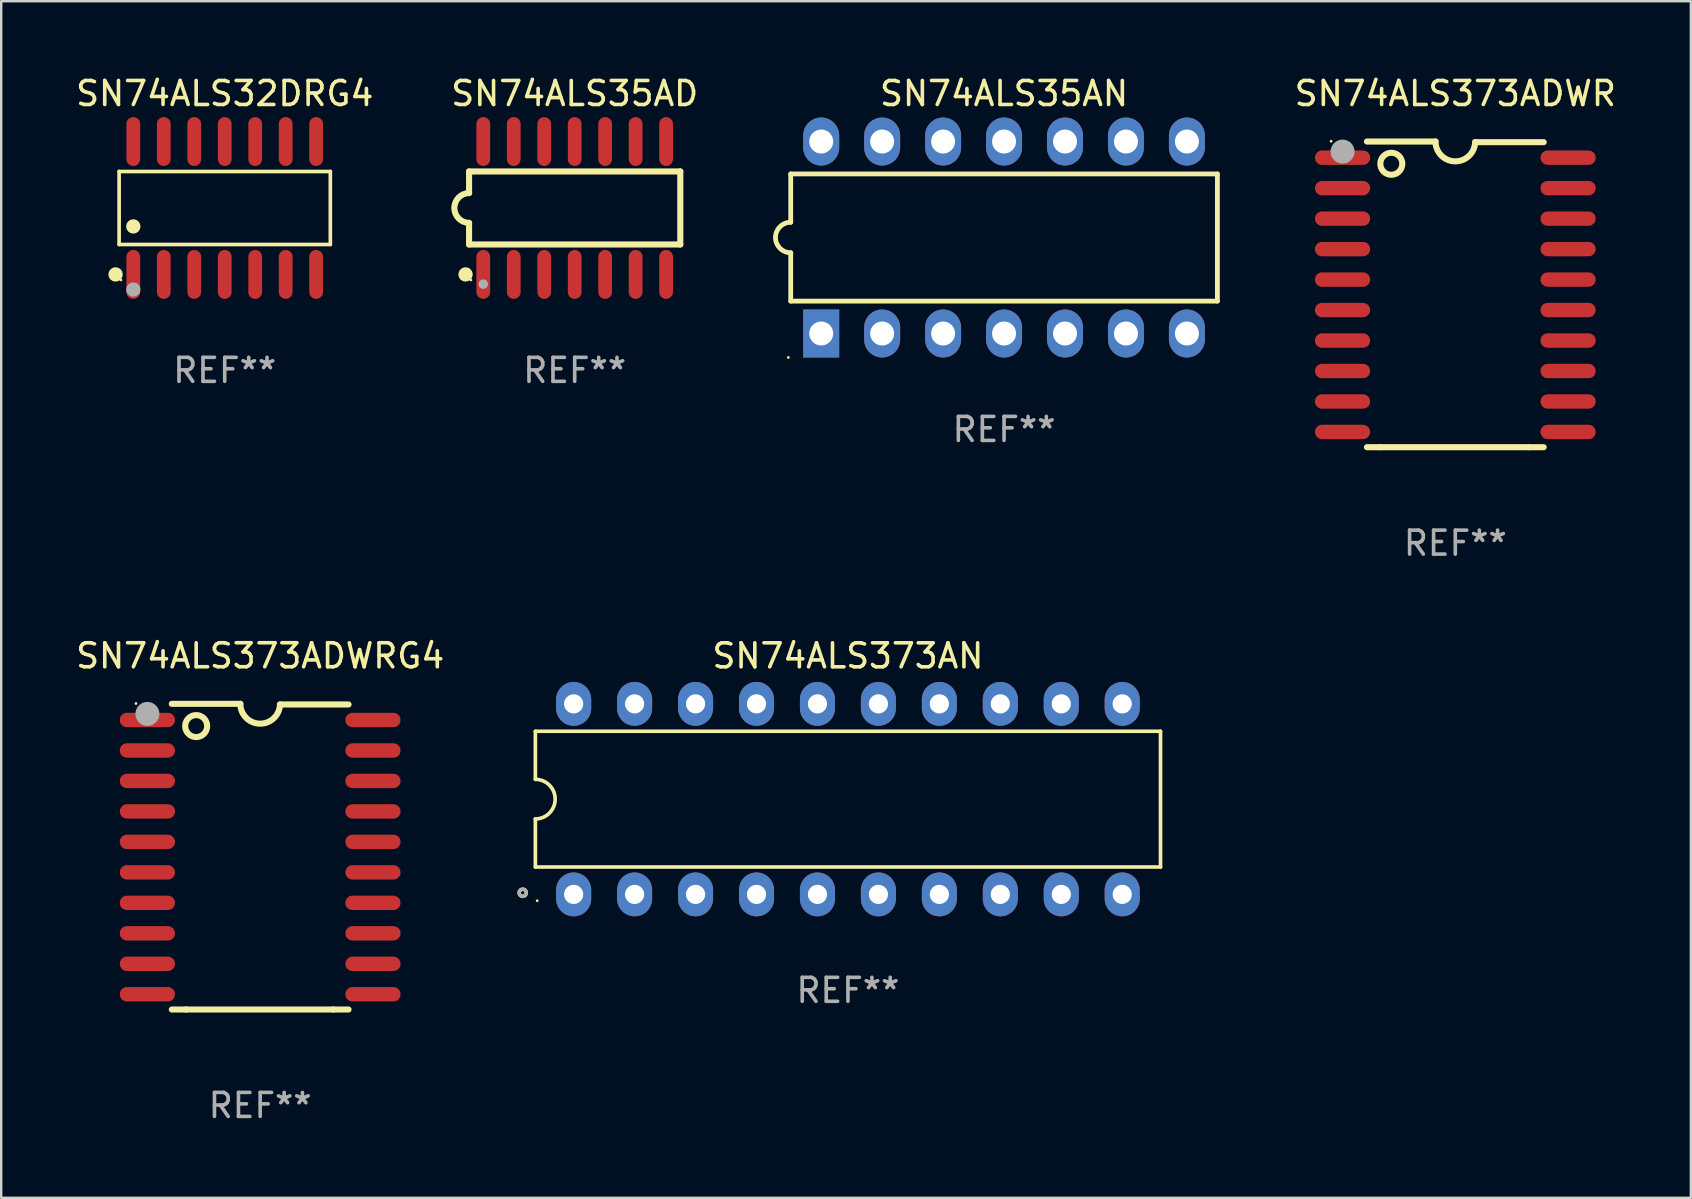
<source format=kicad_pcb>
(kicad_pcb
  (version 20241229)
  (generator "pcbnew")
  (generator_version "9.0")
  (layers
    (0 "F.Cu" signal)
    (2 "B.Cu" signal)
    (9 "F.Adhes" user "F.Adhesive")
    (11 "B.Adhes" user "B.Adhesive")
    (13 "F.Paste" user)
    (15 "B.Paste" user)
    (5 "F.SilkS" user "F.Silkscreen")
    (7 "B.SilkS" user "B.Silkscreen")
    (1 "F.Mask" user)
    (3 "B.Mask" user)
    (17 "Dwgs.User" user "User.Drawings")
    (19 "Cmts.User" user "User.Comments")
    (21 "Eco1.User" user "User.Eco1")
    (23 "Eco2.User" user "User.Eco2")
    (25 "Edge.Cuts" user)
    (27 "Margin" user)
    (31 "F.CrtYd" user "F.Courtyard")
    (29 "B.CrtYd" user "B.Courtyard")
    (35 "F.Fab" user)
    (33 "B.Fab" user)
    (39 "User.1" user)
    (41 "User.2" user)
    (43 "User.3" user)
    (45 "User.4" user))
  (footprint "SN74ALS373ADWR"
    (layer "F.Cu")
    (at 57.597 9.217)
    (property "Reference" "SN74ALS373ADWR" (at 0 -8.369 0) (layer "F.SilkS") (effects (font (size 1 1) (thickness 0.15))))
    (attr through_hole)
    (fp_line (start -3.096 6.369) (end -3.683 6.369) (stroke (width 0.254) (type solid)) (layer "F.SilkS"))
    (fp_line (start -0.825 -6.369) (end -3.683 -6.369) (stroke (width 0.254) (type solid)) (layer "F.SilkS"))
    (fp_line (start 0.826 -6.343) (end 3.683 -6.343) (stroke (width 0.254) (type solid)) (layer "F.SilkS"))
    (fp_line (start 3.048 6.369) (end -3.096 6.369) (stroke (width 0.254) (type solid)) (layer "F.SilkS"))
    (fp_line (start 3.048 6.369) (end 3.683 6.369) (stroke (width 0.254) (type solid)) (layer "F.SilkS"))
    (fp_arc (start 0.825527 -6.343129) (mid -0.012478 -5.543126) (end -0.825476 -6.36853) (stroke (width 0.254001) (type solid)) (layer "F.SilkS"))
    (fp_circle (center -5.175 -6.382) (end -5.145 -6.382) (stroke (width 0.06) (type solid)) (fill no) (layer "F.SilkS"))
    (fp_circle (center -2.667 -5.442) (end -2.209 -5.442) (stroke (width 0.254) (type solid)) (fill no) (layer "F.SilkS"))
    (fp_circle (center -4.699 -5.95) (end -4.449 -5.95) (stroke (width 0.5) (type solid)) (fill no) (layer "F.Fab"))
    (fp_text user "REF**" (at 0 10.369 0) (layer "F.Fab") (effects (font (size 1 1) (thickness 0.15))))
    (pad "1" smd oval (at -4.7 -5.696 90) (size 0.6 2.3) (layers "F.Cu" "F.Mask" "F.Paste"))
    (pad "2" smd oval (at -4.7 -4.426 90) (size 0.6 2.3) (layers "F.Cu" "F.Mask" "F.Paste"))
    (pad "3" smd oval (at -4.7 -3.156 90) (size 0.6 2.3) (layers "F.Cu" "F.Mask" "F.Paste"))
    (pad "4" smd oval (at -4.7 -1.886 90) (size 0.6 2.3) (layers "F.Cu" "F.Mask" "F.Paste"))
    (pad "5" smd oval (at -4.7 -0.616 90) (size 0.6 2.3) (layers "F.Cu" "F.Mask" "F.Paste"))
    (pad "6" smd oval (at -4.7 0.654 90) (size 0.6 2.3) (layers "F.Cu" "F.Mask" "F.Paste"))
    (pad "7" smd oval (at -4.7 1.924 90) (size 0.6 2.3) (layers "F.Cu" "F.Mask" "F.Paste"))
    (pad "8" smd oval (at -4.7 3.194 90) (size 0.6 2.3) (layers "F.Cu" "F.Mask" "F.Paste"))
    (pad "9" smd oval (at -4.7 4.464 90) (size 0.6 2.3) (layers "F.Cu" "F.Mask" "F.Paste"))
    (pad "10" smd oval (at -4.7 5.734 90) (size 0.6 2.3) (layers "F.Cu" "F.Mask" "F.Paste"))
    (pad "11" smd oval (at 4.7 5.734 90) (size 0.6 2.3) (layers "F.Cu" "F.Mask" "F.Paste"))
    (pad "12" smd oval (at 4.7 4.464 90) (size 0.6 2.3) (layers "F.Cu" "F.Mask" "F.Paste"))
    (pad "13" smd oval (at 4.7 3.194 90) (size 0.6 2.3) (layers "F.Cu" "F.Mask" "F.Paste"))
    (pad "14" smd oval (at 4.7 1.924 90) (size 0.6 2.3) (layers "F.Cu" "F.Mask" "F.Paste"))
    (pad "15" smd oval (at 4.7 0.654 90) (size 0.6 2.3) (layers "F.Cu" "F.Mask" "F.Paste"))
    (pad "16" smd oval (at 4.7 -0.616 90) (size 0.6 2.3) (layers "F.Cu" "F.Mask" "F.Paste"))
    (pad "17" smd oval (at 4.7 -1.886 90) (size 0.6 2.3) (layers "F.Cu" "F.Mask" "F.Paste"))
    (pad "18" smd oval (at 4.7 -3.156 90) (size 0.6 2.3) (layers "F.Cu" "F.Mask" "F.Paste"))
    (pad "19" smd oval (at 4.7 -4.426 90) (size 0.6 2.3) (layers "F.Cu" "F.Mask" "F.Paste"))
    (pad "20" smd oval (at 4.7 -5.696 90) (size 0.6 2.3) (layers "F.Cu" "F.Mask" "F.Paste")))
  (footprint "SN74ALS35AN"
    (layer "F.Cu")
    (at 38.792 6.848)
    (property "Reference" "SN74ALS35AN" (at 0 -6 0) (layer "F.SilkS") (effects (font (size 1 1) (thickness 0.15))))
    (attr through_hole)
    (fp_line (start -8.89 -2.65) (end -8.89 -0.635) (stroke (width 0.2) (type solid)) (layer "F.SilkS"))
    (fp_line (start -8.89 0.635) (end -8.89 2.65) (stroke (width 0.2) (type solid)) (layer "F.SilkS"))
    (fp_line (start -8.89 2.65) (end 8.89 2.65) (stroke (width 0.2) (type solid)) (layer "F.SilkS"))
    (fp_line (start 8.89 -2.65) (end -8.89 -2.65) (stroke (width 0.2) (type solid)) (layer "F.SilkS"))
    (fp_line (start 8.89 2.65) (end 8.89 -2.65) (stroke (width 0.2) (type solid)) (layer "F.SilkS"))
    (fp_arc (start -8.890018 0.635001) (mid -9.525019 0) (end -8.890018 -0.635001) (stroke (width 0.2) (type solid)) (layer "F.SilkS"))
    (fp_circle (center -8.99 5) (end -8.96 5) (stroke (width 0.06) (type solid)) (fill no) (layer "F.SilkS"))
    (fp_text user "REF**" (at 0 8 0) (layer "F.Fab") (effects (font (size 1 1) (thickness 0.15))))
    (pad "1" thru_hole rect (at -7.62 4 90) (size 2 1.5) (drill 1) (layers "*.Cu" "*.Mask"))
    (pad "2" thru_hole oval (at -5.08 4 90) (size 2 1.5) (drill 1) (layers "*.Cu" "*.Mask"))
    (pad "3" thru_hole oval (at -2.54 4 90) (size 2 1.5) (drill 1) (layers "*.Cu" "*.Mask"))
    (pad "4" thru_hole oval (at 0 4 90) (size 2 1.5) (drill 1) (layers "*.Cu" "*.Mask"))
    (pad "5" thru_hole oval (at 2.54 4 90) (size 2 1.5) (drill 1) (layers "*.Cu" "*.Mask"))
    (pad "6" thru_hole oval (at 5.08 4 90) (size 2 1.5) (drill 1) (layers "*.Cu" "*.Mask"))
    (pad "7" thru_hole oval (at 7.62 4 90) (size 2 1.5) (drill 1) (layers "*.Cu" "*.Mask"))
    (pad "8" thru_hole oval (at 7.62 -4 90) (size 2 1.5) (drill 1) (layers "*.Cu" "*.Mask"))
    (pad "9" thru_hole oval (at 5.08 -4 90) (size 2 1.5) (drill 1) (layers "*.Cu" "*.Mask"))
    (pad "10" thru_hole oval (at 2.54 -4 90) (size 2 1.5) (drill 1) (layers "*.Cu" "*.Mask"))
    (pad "11" thru_hole oval (at 0 -4 90) (size 2 1.5) (drill 1) (layers "*.Cu" "*.Mask"))
    (pad "12" thru_hole oval (at -2.54 -4 90) (size 2 1.5) (drill 1) (layers "*.Cu" "*.Mask"))
    (pad "13" thru_hole oval (at -5.08 -4 90) (size 2 1.5) (drill 1) (layers "*.Cu" "*.Mask"))
    (pad "14" thru_hole oval (at -7.62 -4 90) (size 2 1.5) (drill 1) (layers "*.Cu" "*.Mask")))
  (footprint "SN74ALS373ADWRG4"
    (layer "F.Cu")
    (at 7.792 32.65)
    (property "Reference" "SN74ALS373ADWRG4" (at 0 -8.369 0) (layer "F.SilkS") (effects (font (size 1 1) (thickness 0.15))))
    (attr through_hole)
    (fp_line (start -3.096 6.369) (end -3.683 6.369) (stroke (width 0.254) (type solid)) (layer "F.SilkS"))
    (fp_line (start -0.825 -6.369) (end -3.683 -6.369) (stroke (width 0.254) (type solid)) (layer "F.SilkS"))
    (fp_line (start 0.826 -6.343) (end 3.683 -6.343) (stroke (width 0.254) (type solid)) (layer "F.SilkS"))
    (fp_line (start 3.048 6.369) (end -3.096 6.369) (stroke (width 0.254) (type solid)) (layer "F.SilkS"))
    (fp_line (start 3.048 6.369) (end 3.683 6.369) (stroke (width 0.254) (type solid)) (layer "F.SilkS"))
    (fp_arc (start 0.825527 -6.343129) (mid -0.012478 -5.543126) (end -0.825476 -6.36853) (stroke (width 0.254001) (type solid)) (layer "F.SilkS"))
    (fp_circle (center -5.175 -6.382) (end -5.145 -6.382) (stroke (width 0.06) (type solid)) (fill no) (layer "F.SilkS"))
    (fp_circle (center -2.667 -5.442) (end -2.209 -5.442) (stroke (width 0.254) (type solid)) (fill no) (layer "F.SilkS"))
    (fp_circle (center -4.699 -5.95) (end -4.449 -5.95) (stroke (width 0.5) (type solid)) (fill no) (layer "F.Fab"))
    (fp_text user "REF**" (at 0 10.369 0) (layer "F.Fab") (effects (font (size 1 1) (thickness 0.15))))
    (pad "1" smd oval (at -4.7 -5.696 90) (size 0.6 2.3) (layers "F.Cu" "F.Mask" "F.Paste"))
    (pad "2" smd oval (at -4.7 -4.426 90) (size 0.6 2.3) (layers "F.Cu" "F.Mask" "F.Paste"))
    (pad "3" smd oval (at -4.7 -3.156 90) (size 0.6 2.3) (layers "F.Cu" "F.Mask" "F.Paste"))
    (pad "4" smd oval (at -4.7 -1.886 90) (size 0.6 2.3) (layers "F.Cu" "F.Mask" "F.Paste"))
    (pad "5" smd oval (at -4.7 -0.616 90) (size 0.6 2.3) (layers "F.Cu" "F.Mask" "F.Paste"))
    (pad "6" smd oval (at -4.7 0.654 90) (size 0.6 2.3) (layers "F.Cu" "F.Mask" "F.Paste"))
    (pad "7" smd oval (at -4.7 1.924 90) (size 0.6 2.3) (layers "F.Cu" "F.Mask" "F.Paste"))
    (pad "8" smd oval (at -4.7 3.194 90) (size 0.6 2.3) (layers "F.Cu" "F.Mask" "F.Paste"))
    (pad "9" smd oval (at -4.7 4.464 90) (size 0.6 2.3) (layers "F.Cu" "F.Mask" "F.Paste"))
    (pad "10" smd oval (at -4.7 5.734 90) (size 0.6 2.3) (layers "F.Cu" "F.Mask" "F.Paste"))
    (pad "11" smd oval (at 4.7 5.734 90) (size 0.6 2.3) (layers "F.Cu" "F.Mask" "F.Paste"))
    (pad "12" smd oval (at 4.7 4.464 90) (size 0.6 2.3) (layers "F.Cu" "F.Mask" "F.Paste"))
    (pad "13" smd oval (at 4.7 3.194 90) (size 0.6 2.3) (layers "F.Cu" "F.Mask" "F.Paste"))
    (pad "14" smd oval (at 4.7 1.924 90) (size 0.6 2.3) (layers "F.Cu" "F.Mask" "F.Paste"))
    (pad "15" smd oval (at 4.7 0.654 90) (size 0.6 2.3) (layers "F.Cu" "F.Mask" "F.Paste"))
    (pad "16" smd oval (at 4.7 -0.616 90) (size 0.6 2.3) (layers "F.Cu" "F.Mask" "F.Paste"))
    (pad "17" smd oval (at 4.7 -1.886 90) (size 0.6 2.3) (layers "F.Cu" "F.Mask" "F.Paste"))
    (pad "18" smd oval (at 4.7 -3.156 90) (size 0.6 2.3) (layers "F.Cu" "F.Mask" "F.Paste"))
    (pad "19" smd oval (at 4.7 -4.426 90) (size 0.6 2.3) (layers "F.Cu" "F.Mask" "F.Paste"))
    (pad "20" smd oval (at 4.7 -5.696 90) (size 0.6 2.3) (layers "F.Cu" "F.Mask" "F.Paste")))
  (footprint "SN74ALS373AN"
    (layer "F.Cu")
    (at 32.286 30.252)
    (property "Reference" "SN74ALS373AN" (at 0 -5.97 0) (layer "F.SilkS") (effects (font (size 1 1) (thickness 0.15))))
    (attr through_hole)
    (fp_line (start -13.026 -2.828) (end -13.026 -0.825) (stroke (width 0.152) (type solid)) (layer "F.SilkS"))
    (fp_line (start -13.026 0.825) (end -13.026 2.828) (stroke (width 0.152) (type solid)) (layer "F.SilkS"))
    (fp_line (start -13.026 2.828) (end 13.026 2.828) (stroke (width 0.152) (type solid)) (layer "F.SilkS"))
    (fp_line (start 13.026 -2.828) (end -13.026 -2.828) (stroke (width 0.152) (type solid)) (layer "F.SilkS"))
    (fp_line (start 13.026 2.828) (end 13.026 -2.828) (stroke (width 0.152) (type solid)) (layer "F.SilkS"))
    (fp_arc (start -13.026213 -0.824999) (mid -12.201214 0) (end -13.026213 0.824999) (stroke (width 0.1524) (type solid)) (layer "F.SilkS"))
    (fp_circle (center -13.552 3.902) (end -13.478 3.902) (stroke (width 0.15) (type solid)) (fill no) (layer "F.SilkS"))
    (fp_circle (center -12.95 4.235) (end -12.92 4.235) (stroke (width 0.06) (type solid)) (fill no) (layer "F.SilkS"))
    (fp_circle (center -13.552 3.902) (end -13.478 3.902) (stroke (width 0.15) (type solid)) (fill no) (layer "F.Fab"))
    (fp_text user "REF**" (at 0 7.97 0) (layer "F.Fab") (effects (font (size 1 1) (thickness 0.15))))
    (pad "1" thru_hole oval (at -11.43 3.97) (size 1.462 1.828) (drill 0.8) (layers "*.Cu" "*.Mask"))
    (pad "2" thru_hole oval (at -8.89 3.97) (size 1.462 1.828) (drill 0.8) (layers "*.Cu" "*.Mask"))
    (pad "3" thru_hole oval (at -6.35 3.97) (size 1.462 1.828) (drill 0.8) (layers "*.Cu" "*.Mask"))
    (pad "4" thru_hole oval (at -3.81 3.97) (size 1.462 1.828) (drill 0.8) (layers "*.Cu" "*.Mask"))
    (pad "5" thru_hole oval (at -1.27 3.97) (size 1.462 1.828) (drill 0.8) (layers "*.Cu" "*.Mask"))
    (pad "6" thru_hole oval (at 1.27 3.97) (size 1.462 1.828) (drill 0.8) (layers "*.Cu" "*.Mask"))
    (pad "7" thru_hole oval (at 3.81 3.97) (size 1.462 1.828) (drill 0.8) (layers "*.Cu" "*.Mask"))
    (pad "8" thru_hole oval (at 6.35 3.97) (size 1.462 1.828) (drill 0.8) (layers "*.Cu" "*.Mask"))
    (pad "9" thru_hole oval (at 8.89 3.97) (size 1.462 1.828) (drill 0.8) (layers "*.Cu" "*.Mask"))
    (pad "10" thru_hole oval (at 11.43 3.97) (size 1.462 1.828) (drill 0.8) (layers "*.Cu" "*.Mask"))
    (pad "11" thru_hole oval (at 11.43 -3.97) (size 1.462 1.828) (drill 0.8) (layers "*.Cu" "*.Mask"))
    (pad "12" thru_hole oval (at 8.89 -3.97) (size 1.462 1.828) (drill 0.8) (layers "*.Cu" "*.Mask"))
    (pad "13" thru_hole oval (at 6.35 -3.97) (size 1.462 1.828) (drill 0.8) (layers "*.Cu" "*.Mask"))
    (pad "14" thru_hole oval (at 3.81 -3.97) (size 1.462 1.828) (drill 0.8) (layers "*.Cu" "*.Mask"))
    (pad "15" thru_hole oval (at 1.27 -3.97) (size 1.462 1.828) (drill 0.8) (layers "*.Cu" "*.Mask"))
    (pad "16" thru_hole oval (at -1.27 -3.97) (size 1.462 1.828) (drill 0.8) (layers "*.Cu" "*.Mask"))
    (pad "17" thru_hole oval (at -3.81 -3.97) (size 1.462 1.828) (drill 0.8) (layers "*.Cu" "*.Mask"))
    (pad "18" thru_hole oval (at -6.35 -3.97) (size 1.462 1.828) (drill 0.8) (layers "*.Cu" "*.Mask"))
    (pad "19" thru_hole oval (at -8.89 -3.97) (size 1.462 1.828) (drill 0.8) (layers "*.Cu" "*.Mask"))
    (pad "20" thru_hole oval (at -11.43 -3.97) (size 1.462 1.828) (drill 0.8) (layers "*.Cu" "*.Mask")))
  (footprint "SN74ALS32DRG4"
    (layer "F.Cu")
    (at 6.315 5.617)
    (property "Reference" "SN74ALS32DRG4" (at 0 -4.769 0) (layer "F.SilkS") (effects (font (size 1 1) (thickness 0.15))))
    (attr through_hole)
    (fp_line (start -4.401 -1.521) (end 4.401 -1.521) (stroke (width 0.152) (type solid)) (layer "F.SilkS"))
    (fp_line (start -4.401 1.521) (end -4.401 -1.521) (stroke (width 0.152) (type solid)) (layer "F.SilkS"))
    (fp_line (start 4.401 -1.521) (end 4.401 1.521) (stroke (width 0.152) (type solid)) (layer "F.SilkS"))
    (fp_line (start 4.401 1.521) (end -4.401 1.521) (stroke (width 0.152) (type solid)) (layer "F.SilkS"))
    (fp_circle (center -4.549 2.769) (end -4.399 2.769) (stroke (width 0.3) (type solid)) (fill no) (layer "F.SilkS"))
    (fp_circle (center -4.325 3) (end -4.295 3) (stroke (width 0.06) (type solid)) (fill no) (layer "F.SilkS"))
    (fp_circle (center -3.81 0.769) (end -3.66 0.769) (stroke (width 0.3) (type solid)) (fill no) (layer "F.SilkS"))
    (fp_circle (center -3.81 3.4) (end -3.66 3.4) (stroke (width 0.3) (type solid)) (fill no) (layer "F.Fab"))
    (fp_text user "REF**" (at 0 6.769 0) (layer "F.Fab") (effects (font (size 1 1) (thickness 0.15))))
    (pad "1" smd oval (at -3.81 2.769) (size 0.574 2.038) (layers "F.Cu" "F.Mask" "F.Paste"))
    (pad "2" smd oval (at -2.54 2.769) (size 0.574 2.038) (layers "F.Cu" "F.Mask" "F.Paste"))
    (pad "3" smd oval (at -1.27 2.769) (size 0.574 2.038) (layers "F.Cu" "F.Mask" "F.Paste"))
    (pad "4" smd oval (at 0 2.769) (size 0.574 2.038) (layers "F.Cu" "F.Mask" "F.Paste"))
    (pad "5" smd oval (at 1.27 2.769) (size 0.574 2.038) (layers "F.Cu" "F.Mask" "F.Paste"))
    (pad "6" smd oval (at 2.54 2.769) (size 0.574 2.038) (layers "F.Cu" "F.Mask" "F.Paste"))
    (pad "7" smd oval (at 3.81 2.769) (size 0.574 2.038) (layers "F.Cu" "F.Mask" "F.Paste"))
    (pad "8" smd oval (at 3.81 -2.769) (size 0.574 2.038) (layers "F.Cu" "F.Mask" "F.Paste"))
    (pad "9" smd oval (at 2.54 -2.769) (size 0.574 2.038) (layers "F.Cu" "F.Mask" "F.Paste"))
    (pad "10" smd oval (at 1.27 -2.769) (size 0.574 2.038) (layers "F.Cu" "F.Mask" "F.Paste"))
    (pad "11" smd oval (at 0 -2.769) (size 0.574 2.038) (layers "F.Cu" "F.Mask" "F.Paste"))
    (pad "12" smd oval (at -1.27 -2.769) (size 0.574 2.038) (layers "F.Cu" "F.Mask" "F.Paste"))
    (pad "13" smd oval (at -2.54 -2.769) (size 0.574 2.038) (layers "F.Cu" "F.Mask" "F.Paste"))
    (pad "14" smd oval (at -3.81 -2.769) (size 0.574 2.038) (layers "F.Cu" "F.Mask" "F.Paste")))
  (footprint "SN74ALS35AD"
    (layer "F.Cu")
    (at 20.899 5.617)
    (property "Reference" "SN74ALS35AD" (at 0 -4.769 0) (layer "F.SilkS") (effects (font (size 1 1) (thickness 0.15))))
    (attr through_hole)
    (fp_line (start -4.401 -1.522) (end -4.401 -0.622) (stroke (width 0.254) (type solid)) (layer "F.SilkS"))
    (fp_line (start -4.401 -1.522) (end 4.401 -1.522) (stroke (width 0.254) (type solid)) (layer "F.SilkS"))
    (fp_line (start -4.401 1.521) (end -4.401 0.621) (stroke (width 0.254) (type solid)) (layer "F.SilkS"))
    (fp_line (start 4.401 -1.522) (end 4.401 1.521) (stroke (width 0.254) (type solid)) (layer "F.SilkS"))
    (fp_line (start 4.401 1.521) (end -4.401 1.521) (stroke (width 0.254) (type solid)) (layer "F.SilkS"))
    (fp_arc (start -4.401219 0.621311) (mid -5.021261 -0.000419) (end -4.400101 -0.621032) (stroke (width 0.254001) (type solid)) (layer "F.SilkS"))
    (fp_circle (center -4.549 2.769) (end -4.399 2.769) (stroke (width 0.3) (type solid)) (fill no) (layer "F.SilkS"))
    (fp_circle (center -4.325 3) (end -4.295 3) (stroke (width 0.06) (type solid)) (fill no) (layer "F.SilkS"))
    (fp_circle (center -3.81 3.175) (end -3.71 3.175) (stroke (width 0.2) (type solid)) (fill no) (layer "F.Fab"))
    (fp_text user "REF**" (at 0 6.769 0) (layer "F.Fab") (effects (font (size 1 1) (thickness 0.15))))
    (pad "1" smd oval (at -3.81 2.769) (size 0.574 2.038) (layers "F.Cu" "F.Mask" "F.Paste"))
    (pad "2" smd oval (at -2.54 2.769) (size 0.574 2.038) (layers "F.Cu" "F.Mask" "F.Paste"))
    (pad "3" smd oval (at -1.27 2.769) (size 0.574 2.038) (layers "F.Cu" "F.Mask" "F.Paste"))
    (pad "4" smd oval (at -0.000051 2.769) (size 0.574 2.038) (layers "F.Cu" "F.Mask" "F.Paste"))
    (pad "5" smd oval (at 1.27 2.769) (size 0.574 2.038) (layers "F.Cu" "F.Mask" "F.Paste"))
    (pad "6" smd oval (at 2.54 2.769) (size 0.574 2.038) (layers "F.Cu" "F.Mask" "F.Paste"))
    (pad "7" smd oval (at 3.81 2.769) (size 0.574 2.038) (layers "F.Cu" "F.Mask" "F.Paste"))
    (pad "8" smd oval (at 3.81 -2.769) (size 0.574 2.038) (layers "F.Cu" "F.Mask" "F.Paste"))
    (pad "9" smd oval (at 2.54 -2.769) (size 0.574 2.038) (layers "F.Cu" "F.Mask" "F.Paste"))
    (pad "10" smd oval (at 1.27 -2.769) (size 0.574 2.038) (layers "F.Cu" "F.Mask" "F.Paste"))
    (pad "11" smd oval (at -0.000051 -2.769) (size 0.574 2.038) (layers "F.Cu" "F.Mask" "F.Paste"))
    (pad "12" smd oval (at -1.27 -2.769) (size 0.574 2.038) (layers "F.Cu" "F.Mask" "F.Paste"))
    (pad "13" smd oval (at -2.54 -2.769) (size 0.574 2.038) (layers "F.Cu" "F.Mask" "F.Paste"))
    (pad "14" smd oval (at -3.81 -2.769) (size 0.574 2.038) (layers "F.Cu" "F.Mask" "F.Paste")))
  (gr_rect
    (start -3 -3)
    (end 67.413 46.867)
    (stroke (width 0.1) (type default))
    (fill no)
    (layer "Edge.Cuts")))
</source>
